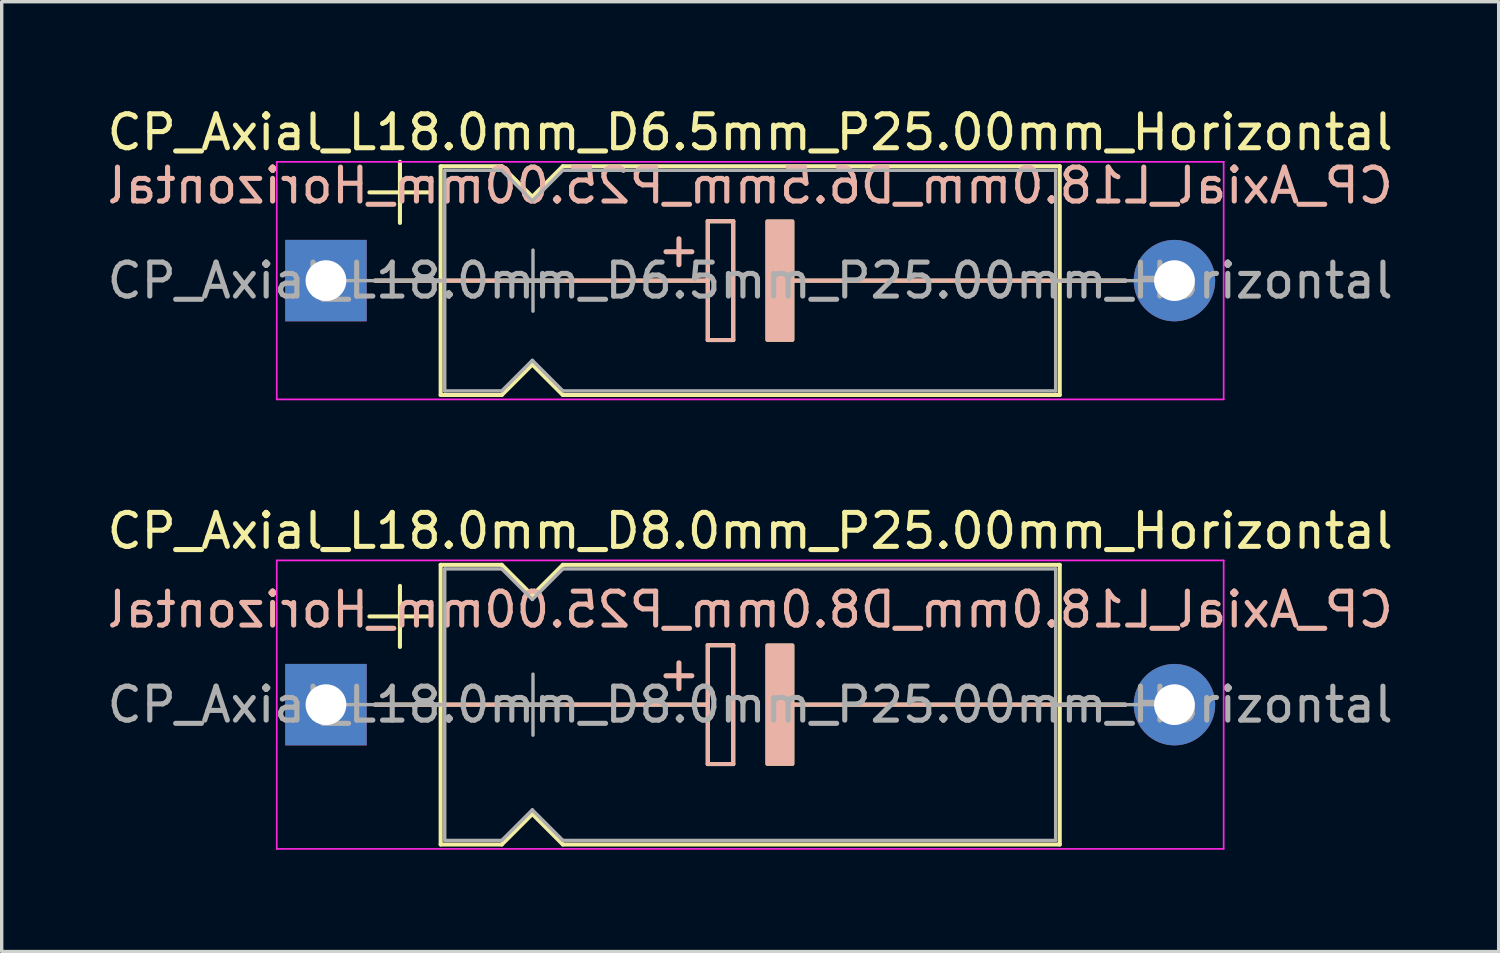
<source format=kicad_pcb>
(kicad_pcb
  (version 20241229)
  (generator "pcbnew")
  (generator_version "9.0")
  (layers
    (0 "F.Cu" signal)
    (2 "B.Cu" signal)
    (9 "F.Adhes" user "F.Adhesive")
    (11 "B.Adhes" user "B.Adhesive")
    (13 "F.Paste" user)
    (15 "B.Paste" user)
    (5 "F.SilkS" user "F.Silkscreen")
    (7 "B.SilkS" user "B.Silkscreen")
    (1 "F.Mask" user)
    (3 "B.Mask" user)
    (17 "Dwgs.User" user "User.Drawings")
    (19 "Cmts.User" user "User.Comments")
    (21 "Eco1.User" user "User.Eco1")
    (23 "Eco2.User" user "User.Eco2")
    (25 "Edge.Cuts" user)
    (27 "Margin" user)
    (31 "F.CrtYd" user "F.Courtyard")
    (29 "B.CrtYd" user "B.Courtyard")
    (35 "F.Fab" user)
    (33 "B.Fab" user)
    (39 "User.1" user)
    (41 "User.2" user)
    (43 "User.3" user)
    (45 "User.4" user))
  (footprint "CP_Axial_L18.0mm_D6.5mm_P25.00mm_Horizontal"
    (layer "F.Cu")
    (at 6.554 5.218)
    (property "Reference" "CP_Axial_L18.0mm_D6.5mm_P25.00mm_Horizontal" (at 12.5 -4.37 0) (layer "F.SilkS") (effects (font (size 1 1) (thickness 0.15))))
    (fp_line (start 1.28 -2.6) (end 3.08 -2.6) (stroke (width 0.12) (type solid)) (layer "F.SilkS"))
    (fp_line (start 1.44 0) (end 3.38 0) (stroke (width 0.12) (type solid)) (layer "F.SilkS"))
    (fp_line (start 2.18 -3.5) (end 2.18 -1.7) (stroke (width 0.12) (type solid)) (layer "F.SilkS"))
    (fp_line (start 3.38 -3.37) (end 3.38 3.37) (stroke (width 0.12) (type solid)) (layer "F.SilkS"))
    (fp_line (start 3.38 -3.37) (end 5.18 -3.37) (stroke (width 0.12) (type solid)) (layer "F.SilkS"))
    (fp_line (start 3.38 0) (end 11.25 0) (stroke (width 0.12) (type solid)) (layer "F.SilkS"))
    (fp_line (start 3.38 3.37) (end 5.18 3.37) (stroke (width 0.12) (type solid)) (layer "F.SilkS"))
    (fp_line (start 5.18 -3.37) (end 6.08 -2.47) (stroke (width 0.12) (type solid)) (layer "F.SilkS"))
    (fp_line (start 5.18 3.37) (end 6.08 2.47) (stroke (width 0.12) (type solid)) (layer "F.SilkS"))
    (fp_line (start 6.08 -2.47) (end 6.98 -3.37) (stroke (width 0.12) (type solid)) (layer "F.SilkS"))
    (fp_line (start 6.08 2.47) (end 6.98 3.37) (stroke (width 0.12) (type solid)) (layer "F.SilkS"))
    (fp_line (start 6.98 -3.37) (end 21.62 -3.37) (stroke (width 0.12) (type solid)) (layer "F.SilkS"))
    (fp_line (start 6.98 3.37) (end 21.62 3.37) (stroke (width 0.12) (type solid)) (layer "F.SilkS"))
    (fp_line (start 11.25 -1.75) (end 11.25 1.75) (stroke (width 0.12) (type solid)) (layer "F.SilkS"))
    (fp_line (start 11.25 -1.75) (end 12 -1.75) (stroke (width 0.12) (type solid)) (layer "F.SilkS"))
    (fp_line (start 12 -1.75) (end 12 1.75) (stroke (width 0.12) (type solid)) (layer "F.SilkS"))
    (fp_line (start 12 1.75) (end 11.25 1.75) (stroke (width 0.12) (type solid)) (layer "F.SilkS"))
    (fp_line (start 13.75 0) (end 21.62 0) (stroke (width 0.12) (type solid)) (layer "F.SilkS"))
    (fp_line (start 21.62 -3.37) (end 21.62 3.37) (stroke (width 0.12) (type solid)) (layer "F.SilkS"))
    (fp_line (start 23.56 0) (end 21.62 0) (stroke (width 0.12) (type solid)) (layer "F.SilkS"))
    (fp_poly (pts (xy 13.75 1.75) (xy 13 1.75) (xy 13 -1.75) (xy 13.75 -1.75)) (stroke (width 0.1) (type solid)) (fill yes) (layer "F.SilkS"))
    (fp_line (start 1.45 0) (end 7.38 0) (stroke (width 0.12) (type solid)) (layer "B.SilkS"))
    (fp_line (start 7.38 0) (end 11.25 0) (stroke (width 0.12) (type solid)) (layer "B.SilkS"))
    (fp_line (start 11.25 -1.75) (end 11.25 1.75) (stroke (width 0.12) (type solid)) (layer "B.SilkS"))
    (fp_line (start 11.25 -1.75) (end 12 -1.75) (stroke (width 0.12) (type solid)) (layer "B.SilkS"))
    (fp_line (start 12 -1.75) (end 12 1.75) (stroke (width 0.12) (type solid)) (layer "B.SilkS"))
    (fp_line (start 12 1.75) (end 11.25 1.75) (stroke (width 0.12) (type solid)) (layer "B.SilkS"))
    (fp_line (start 13.75 0) (end 17.62 0) (stroke (width 0.12) (type solid)) (layer "B.SilkS"))
    (fp_line (start 23.55 0) (end 17.62 0) (stroke (width 0.12) (type solid)) (layer "B.SilkS"))
    (fp_poly (pts (xy 13.75 1.75) (xy 13 1.75) (xy 13 -1.75) (xy 13.75 -1.75)) (stroke (width 0.1) (type solid)) (fill yes) (layer "B.SilkS"))
    (fp_line (start -1.45 -3.5) (end -1.45 3.5) (stroke (width 0.05) (type solid)) (layer "F.CrtYd"))
    (fp_line (start -1.45 3.5) (end 26.45 3.5) (stroke (width 0.05) (type solid)) (layer "F.CrtYd"))
    (fp_line (start 26.45 -3.5) (end -1.45 -3.5) (stroke (width 0.05) (type solid)) (layer "F.CrtYd"))
    (fp_line (start 26.45 3.5) (end 26.45 -3.5) (stroke (width 0.05) (type solid)) (layer "F.CrtYd"))
    (fp_line (start 0 0) (end 3.5 0) (stroke (width 0.1) (type solid)) (layer "F.Fab"))
    (fp_line (start 3.5 -3.25) (end 3.5 3.25) (stroke (width 0.1) (type solid)) (layer "F.Fab"))
    (fp_line (start 3.5 -3.25) (end 5.18 -3.25) (stroke (width 0.1) (type solid)) (layer "F.Fab"))
    (fp_line (start 3.5 3.25) (end 5.18 3.25) (stroke (width 0.1) (type solid)) (layer "F.Fab"))
    (fp_line (start 5.18 -3.25) (end 6.08 -2.35) (stroke (width 0.1) (type solid)) (layer "F.Fab"))
    (fp_line (start 5.18 3.25) (end 6.08 2.35) (stroke (width 0.1) (type solid)) (layer "F.Fab"))
    (fp_line (start 5.2 0) (end 7 0) (stroke (width 0.1) (type solid)) (layer "F.Fab"))
    (fp_line (start 6.08 -2.35) (end 6.98 -3.25) (stroke (width 0.1) (type solid)) (layer "F.Fab"))
    (fp_line (start 6.08 2.35) (end 6.98 3.25) (stroke (width 0.1) (type solid)) (layer "F.Fab"))
    (fp_line (start 6.1 -0.9) (end 6.1 0.9) (stroke (width 0.1) (type solid)) (layer "F.Fab"))
    (fp_line (start 6.98 -3.25) (end 21.5 -3.25) (stroke (width 0.1) (type solid)) (layer "F.Fab"))
    (fp_line (start 6.98 3.25) (end 21.5 3.25) (stroke (width 0.1) (type solid)) (layer "F.Fab"))
    (fp_line (start 21.5 -3.25) (end 21.5 3.25) (stroke (width 0.1) (type solid)) (layer "F.Fab"))
    (fp_line (start 25 0) (end 21.5 0) (stroke (width 0.1) (type solid)) (layer "F.Fab"))
    (fp_text user "${REFERENCE}" (at 12.5 -2.8 0) (layer "B.SilkS") (effects (font (size 1 1) (thickness 0.15)) (justify mirror)))
    (fp_text user "+" (at 10.4 -0.925 0) (unlocked yes) (layer "B.SilkS") (effects (font (size 1 1) (thickness 0.15)) (justify mirror)))
    (fp_text user "${REFERENCE}" (at 12.5 0 0) (layer "F.Fab") (effects (font (size 1 1) (thickness 0.15))))
    (pad "1" thru_hole rect (at 0 0) (size 2.4 2.4) (drill 1.2) (layers "*.Cu" "*.Mask"))
    (pad "2" thru_hole oval (at 25 0) (size 2.4 2.4) (drill 1.2) (layers "*.Cu" "*.Mask")))
  (footprint "CP_Axial_L18.0mm_D8.0mm_P25.00mm_Horizontal"
    (layer "F.Cu")
    (at 6.554 17.712)
    (property "Reference" "CP_Axial_L18.0mm_D8.0mm_P25.00mm_Horizontal" (at 12.5 -5.12 0) (layer "F.SilkS") (effects (font (size 1 1) (thickness 0.15))))
    (fp_line (start 1.28 -2.6) (end 3.08 -2.6) (stroke (width 0.12) (type solid)) (layer "F.SilkS"))
    (fp_line (start 1.44 0) (end 3.38 0) (stroke (width 0.12) (type solid)) (layer "F.SilkS"))
    (fp_line (start 2.18 -3.5) (end 2.18 -1.7) (stroke (width 0.12) (type solid)) (layer "F.SilkS"))
    (fp_line (start 3.365 0) (end 11.25 0) (stroke (width 0.12) (type solid)) (layer "F.SilkS"))
    (fp_line (start 3.38 -4.12) (end 3.38 4.12) (stroke (width 0.12) (type solid)) (layer "F.SilkS"))
    (fp_line (start 3.38 -4.12) (end 5.18 -4.12) (stroke (width 0.12) (type solid)) (layer "F.SilkS"))
    (fp_line (start 3.38 4.12) (end 5.18 4.12) (stroke (width 0.12) (type solid)) (layer "F.SilkS"))
    (fp_line (start 5.18 -4.12) (end 6.08 -3.22) (stroke (width 0.12) (type solid)) (layer "F.SilkS"))
    (fp_line (start 5.18 4.12) (end 6.08 3.22) (stroke (width 0.12) (type solid)) (layer "F.SilkS"))
    (fp_line (start 6.08 -3.22) (end 6.98 -4.12) (stroke (width 0.12) (type solid)) (layer "F.SilkS"))
    (fp_line (start 6.08 3.22) (end 6.98 4.12) (stroke (width 0.12) (type solid)) (layer "F.SilkS"))
    (fp_line (start 6.98 -4.12) (end 21.62 -4.12) (stroke (width 0.12) (type solid)) (layer "F.SilkS"))
    (fp_line (start 6.98 4.12) (end 21.62 4.12) (stroke (width 0.12) (type solid)) (layer "F.SilkS"))
    (fp_line (start 11.25 -1.75) (end 11.25 1.75) (stroke (width 0.12) (type solid)) (layer "F.SilkS"))
    (fp_line (start 11.25 -1.75) (end 12 -1.75) (stroke (width 0.12) (type solid)) (layer "F.SilkS"))
    (fp_line (start 12 -1.75) (end 12 1.75) (stroke (width 0.12) (type solid)) (layer "F.SilkS"))
    (fp_line (start 12 1.75) (end 11.25 1.75) (stroke (width 0.12) (type solid)) (layer "F.SilkS"))
    (fp_line (start 13.75 0) (end 21.62 0) (stroke (width 0.12) (type solid)) (layer "F.SilkS"))
    (fp_line (start 21.62 -4.12) (end 21.62 4.12) (stroke (width 0.12) (type solid)) (layer "F.SilkS"))
    (fp_line (start 23.56 0) (end 21.62 0) (stroke (width 0.12) (type solid)) (layer "F.SilkS"))
    (fp_poly (pts (xy 13.75 1.75) (xy 13 1.75) (xy 13 -1.75) (xy 13.75 -1.75)) (stroke (width 0.1) (type solid)) (fill yes) (layer "F.SilkS"))
    (fp_line (start 1.45 0) (end 7.38 0) (stroke (width 0.12) (type solid)) (layer "B.SilkS"))
    (fp_line (start 7.38 0) (end 11.25 0) (stroke (width 0.12) (type solid)) (layer "B.SilkS"))
    (fp_line (start 11.25 -1.75) (end 11.25 1.75) (stroke (width 0.12) (type solid)) (layer "B.SilkS"))
    (fp_line (start 11.25 -1.75) (end 12 -1.75) (stroke (width 0.12) (type solid)) (layer "B.SilkS"))
    (fp_line (start 12 -1.75) (end 12 1.75) (stroke (width 0.12) (type solid)) (layer "B.SilkS"))
    (fp_line (start 12 1.75) (end 11.25 1.75) (stroke (width 0.12) (type solid)) (layer "B.SilkS"))
    (fp_line (start 13.75 0) (end 17.62 0) (stroke (width 0.12) (type solid)) (layer "B.SilkS"))
    (fp_line (start 23.55 0) (end 17.62 0) (stroke (width 0.12) (type solid)) (layer "B.SilkS"))
    (fp_poly (pts (xy 13.75 1.75) (xy 13 1.75) (xy 13 -1.75) (xy 13.75 -1.75)) (stroke (width 0.1) (type solid)) (fill yes) (layer "B.SilkS"))
    (fp_line (start -1.45 -4.25) (end -1.45 4.25) (stroke (width 0.05) (type solid)) (layer "F.CrtYd"))
    (fp_line (start -1.45 4.25) (end 26.45 4.25) (stroke (width 0.05) (type solid)) (layer "F.CrtYd"))
    (fp_line (start 26.45 -4.25) (end -1.45 -4.25) (stroke (width 0.05) (type solid)) (layer "F.CrtYd"))
    (fp_line (start 26.45 4.25) (end 26.45 -4.25) (stroke (width 0.05) (type solid)) (layer "F.CrtYd"))
    (fp_line (start 0 0) (end 3.5 0) (stroke (width 0.1) (type solid)) (layer "F.Fab"))
    (fp_line (start 3.5 -4) (end 3.5 4) (stroke (width 0.1) (type solid)) (layer "F.Fab"))
    (fp_line (start 3.5 -4) (end 5.18 -4) (stroke (width 0.1) (type solid)) (layer "F.Fab"))
    (fp_line (start 3.5 4) (end 5.18 4) (stroke (width 0.1) (type solid)) (layer "F.Fab"))
    (fp_line (start 5.18 -4) (end 6.08 -3.1) (stroke (width 0.1) (type solid)) (layer "F.Fab"))
    (fp_line (start 5.18 4) (end 6.08 3.1) (stroke (width 0.1) (type solid)) (layer "F.Fab"))
    (fp_line (start 5.2 0) (end 7 0) (stroke (width 0.1) (type solid)) (layer "F.Fab"))
    (fp_line (start 6.08 -3.1) (end 6.98 -4) (stroke (width 0.1) (type solid)) (layer "F.Fab"))
    (fp_line (start 6.08 3.1) (end 6.98 4) (stroke (width 0.1) (type solid)) (layer "F.Fab"))
    (fp_line (start 6.1 -0.9) (end 6.1 0.9) (stroke (width 0.1) (type solid)) (layer "F.Fab"))
    (fp_line (start 6.98 -4) (end 21.5 -4) (stroke (width 0.1) (type solid)) (layer "F.Fab"))
    (fp_line (start 6.98 4) (end 21.5 4) (stroke (width 0.1) (type solid)) (layer "F.Fab"))
    (fp_line (start 21.5 -4) (end 21.5 4) (stroke (width 0.1) (type solid)) (layer "F.Fab"))
    (fp_line (start 25 0) (end 21.5 0) (stroke (width 0.1) (type solid)) (layer "F.Fab"))
    (fp_text user "+" (at 10.4 -0.925 0) (unlocked yes) (layer "B.SilkS") (effects (font (size 1 1) (thickness 0.15)) (justify mirror)))
    (fp_text user "${REFERENCE}" (at 12.5 -2.8 0) (layer "B.SilkS") (effects (font (size 1 1) (thickness 0.15)) (justify mirror)))
    (fp_text user "${REFERENCE}" (at 12.5 0 0) (layer "F.Fab") (effects (font (size 1 1) (thickness 0.15))))
    (pad "1" thru_hole rect (at 0 0) (size 2.4 2.4) (drill 1.2) (layers "*.Cu" "*.Mask"))
    (pad "2" thru_hole oval (at 25 0) (size 2.4 2.4) (drill 1.2) (layers "*.Cu" "*.Mask")))
  (gr_rect
    (start -3 -3)
    (end 41.107 24.986)
    (stroke (width 0.1) (type default))
    (fill no)
    (layer "Edge.Cuts")))
</source>
